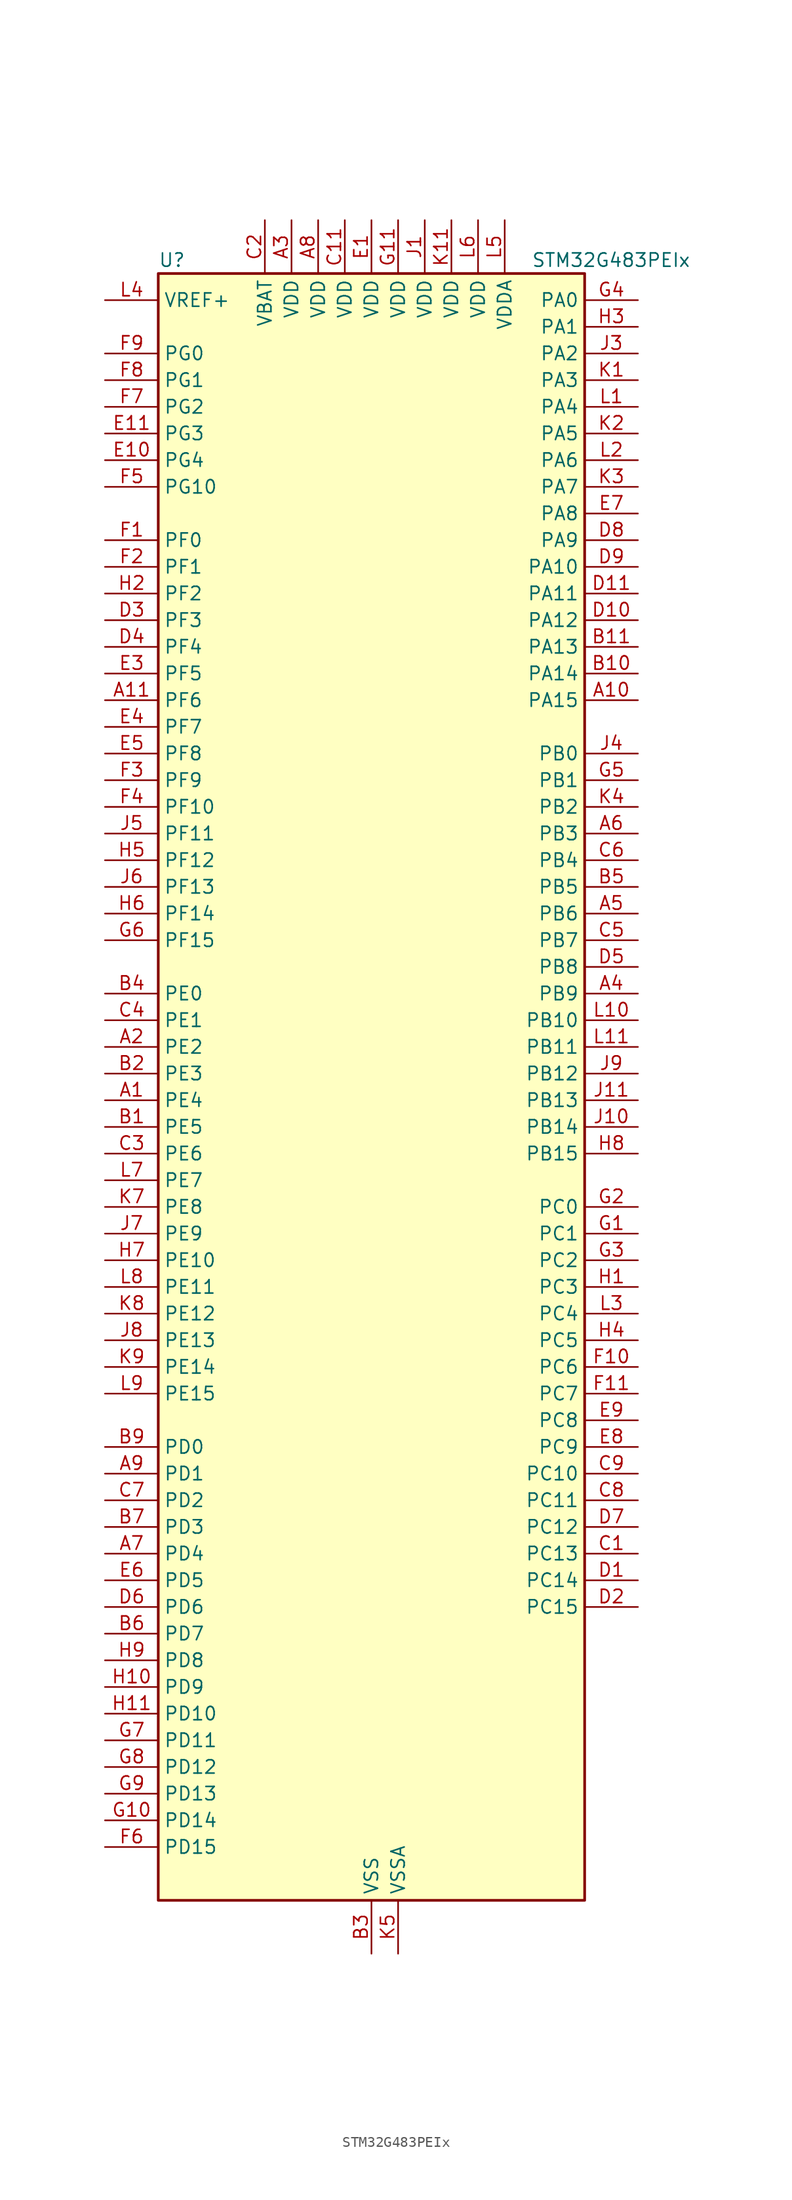
<source format=kicad_sym>
(kicad_symbol_lib
  (version 20220914)
  (generator kicad_symbol_editor)
  (symbol "STM32G483PEIx"
    (property "Reference" "U"
      (at -20.32 80.01 0)
      (effects (font (size 1.27 1.27)) (justify left)))
    (property "Value" "STM32G483PEIx"
      (at 15.24 80.01 0)
      (effects (font (size 1.27 1.27)) (justify left)))
    (property "ki_locked" ""
      (at 0 0 0)
      (effects (font (size 1.27 1.27))))
    (symbol "STM32G483PEIx_0_1"
      (rectangle (start -20.32 -76.2) (end 20.32 78.74) (stroke (width 0.254) (type default)) (fill (type background))))
    (symbol "STM32G483PEIx_1_1"
      (pin bidirectional line (at -25.4 0 0) (length 5.08) (name "PE4" (effects (font (size 1.27 1.27)))) (number "A1" (effects (font (size 1.27 1.27)))) (alternate "FMC_A20" bidirectional line) (alternate "SAI1_D2" bidirectional line) (alternate "SAI1_FS_A" bidirectional line) (alternate "SPI4_NSS" bidirectional line) (alternate "SYS_TRACED1" bidirectional line) (alternate "TIM20_CH1N" bidirectional line) (alternate "TIM3_CH3" bidirectional line))
      (pin bidirectional line (at 25.4 38.1 180) (length 5.08) (name "PA15" (effects (font (size 1.27 1.27)))) (number "A10" (effects (font (size 1.27 1.27)))) (alternate "ADC1_EXTI15" bidirectional line) (alternate "ADC2_EXTI15" bidirectional line) (alternate "FDCAN3_TX" bidirectional line) (alternate "I2C1_SCL" bidirectional line) (alternate "I2S3_WS" bidirectional line) (alternate "SPI1_NSS" bidirectional line) (alternate "SPI3_NSS" bidirectional line) (alternate "SYS_JTDI" bidirectional line) (alternate "TIM1_BKIN" bidirectional line) (alternate "TIM2_CH1" bidirectional line) (alternate "TIM2_ETR" bidirectional line) (alternate "TIM8_CH1" bidirectional line) (alternate "UART4_DE" bidirectional line) (alternate "UART4_RTS" bidirectional line) (alternate "USART2_RX" bidirectional line))
      (pin bidirectional line (at -25.4 38.1 0) (length 5.08) (name "PF6" (effects (font (size 1.27 1.27)))) (number "A11" (effects (font (size 1.27 1.27)))) (alternate "I2C2_SCL" bidirectional line) (alternate "QUADSPI1_BK1_IO3" bidirectional line) (alternate "SAI1_SD_B" bidirectional line) (alternate "TIM4_CH4" bidirectional line) (alternate "TIM5_CH1" bidirectional line) (alternate "TIM5_ETR" bidirectional line) (alternate "USART3_RTS" bidirectional line))
      (pin bidirectional line (at -25.4 5.08 0) (length 5.08) (name "PE2" (effects (font (size 1.27 1.27)))) (number "A2" (effects (font (size 1.27 1.27)))) (alternate "ADC3_EXTI2" bidirectional line) (alternate "ADC4_EXTI2" bidirectional line) (alternate "ADC5_EXTI2" bidirectional line) (alternate "FMC_A23" bidirectional line) (alternate "SAI1_CK1" bidirectional line) (alternate "SAI1_MCLK_A" bidirectional line) (alternate "SPI4_SCK" bidirectional line) (alternate "SYS_TRACECLK" bidirectional line) (alternate "TIM20_CH1" bidirectional line) (alternate "TIM3_CH1" bidirectional line))
      (pin power_in line (at -7.62 83.82 270) (length 5.08) (name "VDD" (effects (font (size 1.27 1.27)))) (number "A3" (effects (font (size 1.27 1.27)))))
      (pin bidirectional line (at 25.4 10.16 180) (length 5.08) (name "PB9" (effects (font (size 1.27 1.27)))) (number "A4" (effects (font (size 1.27 1.27)))) (alternate "COMP2_OUT" bidirectional line) (alternate "DAC1_EXTI9" bidirectional line) (alternate "DAC2_EXTI9" bidirectional line) (alternate "DAC3_EXTI9" bidirectional line) (alternate "DAC4_EXTI9" bidirectional line) (alternate "FDCAN1_TX" bidirectional line) (alternate "I2C1_SDA" bidirectional line) (alternate "IR_OUT" bidirectional line) (alternate "SAI1_D2" bidirectional line) (alternate "SAI1_FS_A" bidirectional line) (alternate "TIM17_CH1" bidirectional line) (alternate "TIM1_CH3N" bidirectional line) (alternate "TIM4_CH4" bidirectional line) (alternate "TIM8_CH3" bidirectional line) (alternate "USART3_TX" bidirectional line))
      (pin bidirectional line (at 25.4 17.78 180) (length 5.08) (name "PB6" (effects (font (size 1.27 1.27)))) (number "A5" (effects (font (size 1.27 1.27)))) (alternate "COMP4_OUT" bidirectional line) (alternate "FDCAN2_TX" bidirectional line) (alternate "LPTIM1_ETR" bidirectional line) (alternate "SAI1_FS_B" bidirectional line) (alternate "TIM16_CH1N" bidirectional line) (alternate "TIM4_CH1" bidirectional line) (alternate "TIM8_BKIN2" bidirectional line) (alternate "TIM8_CH1" bidirectional line) (alternate "TIM8_ETR" bidirectional line) (alternate "UCPD1_CC1" bidirectional line) (alternate "USART1_TX" bidirectional line))
      (pin bidirectional line (at 25.4 25.4 180) (length 5.08) (name "PB3" (effects (font (size 1.27 1.27)))) (number "A6" (effects (font (size 1.27 1.27)))) (alternate "ADC3_EXTI3" bidirectional line) (alternate "ADC4_EXTI3" bidirectional line) (alternate "ADC5_EXTI3" bidirectional line) (alternate "CRS_SYNC" bidirectional line) (alternate "FDCAN3_RX" bidirectional line) (alternate "I2S3_CK" bidirectional line) (alternate "SAI1_SCK_B" bidirectional line) (alternate "SPI1_SCK" bidirectional line) (alternate "SPI3_SCK" bidirectional line) (alternate "SYS_JTDO-SWO" bidirectional line) (alternate "TIM2_CH2" bidirectional line) (alternate "TIM3_ETR" bidirectional line) (alternate "TIM4_ETR" bidirectional line) (alternate "TIM8_CH1N" bidirectional line) (alternate "USART2_TX" bidirectional line))
      (pin bidirectional line (at -25.4 -43.18 0) (length 5.08) (name "PD4" (effects (font (size 1.27 1.27)))) (number "A7" (effects (font (size 1.27 1.27)))) (alternate "FMC_NOE" bidirectional line) (alternate "QUADSPI1_BK2_IO0" bidirectional line) (alternate "TIM2_CH2" bidirectional line) (alternate "USART2_DE" bidirectional line) (alternate "USART2_RTS" bidirectional line))
      (pin power_in line (at -5.08 83.82 270) (length 5.08) (name "VDD" (effects (font (size 1.27 1.27)))) (number "A8" (effects (font (size 1.27 1.27)))))
      (pin bidirectional line (at -25.4 -35.56 0) (length 5.08) (name "PD1" (effects (font (size 1.27 1.27)))) (number "A9" (effects (font (size 1.27 1.27)))) (alternate "FDCAN1_TX" bidirectional line) (alternate "FMC_D3" bidirectional line) (alternate "FMC_DA3" bidirectional line) (alternate "TIM8_BKIN2" bidirectional line) (alternate "TIM8_CH4" bidirectional line))
      (pin bidirectional line (at -25.4 -2.54 0) (length 5.08) (name "PE5" (effects (font (size 1.27 1.27)))) (number "B1" (effects (font (size 1.27 1.27)))) (alternate "FMC_A21" bidirectional line) (alternate "SAI1_CK2" bidirectional line) (alternate "SAI1_SCK_A" bidirectional line) (alternate "SPI4_MISO" bidirectional line) (alternate "SYS_TRACED2" bidirectional line) (alternate "TIM20_CH2N" bidirectional line) (alternate "TIM3_CH4" bidirectional line))
      (pin bidirectional line (at 25.4 40.64 180) (length 5.08) (name "PA14" (effects (font (size 1.27 1.27)))) (number "B10" (effects (font (size 1.27 1.27)))) (alternate "I2C1_SDA" bidirectional line) (alternate "I2C4_SMBA" bidirectional line) (alternate "LPTIM1_OUT" bidirectional line) (alternate "SAI1_FS_B" bidirectional line) (alternate "SYS_JTCK-SWCLK" bidirectional line) (alternate "TIM1_BKIN" bidirectional line) (alternate "TIM8_CH2" bidirectional line) (alternate "USART2_TX" bidirectional line))
      (pin bidirectional line (at 25.4 43.18 180) (length 5.08) (name "PA13" (effects (font (size 1.27 1.27)))) (number "B11" (effects (font (size 1.27 1.27)))) (alternate "I2C1_SCL" bidirectional line) (alternate "I2C4_SCL" bidirectional line) (alternate "IR_OUT" bidirectional line) (alternate "SAI1_SD_B" bidirectional line) (alternate "SYS_JTMS-SWDIO" bidirectional line) (alternate "TIM16_CH1N" bidirectional line) (alternate "TIM4_CH3" bidirectional line) (alternate "USART3_CTS" bidirectional line) (alternate "USART3_NSS" bidirectional line))
      (pin bidirectional line (at -25.4 2.54 0) (length 5.08) (name "PE3" (effects (font (size 1.27 1.27)))) (number "B2" (effects (font (size 1.27 1.27)))) (alternate "ADC3_EXTI3" bidirectional line) (alternate "ADC4_EXTI3" bidirectional line) (alternate "ADC5_EXTI3" bidirectional line) (alternate "FMC_A19" bidirectional line) (alternate "SAI1_SD_B" bidirectional line) (alternate "SPI4_NSS" bidirectional line) (alternate "SYS_TRACED0" bidirectional line) (alternate "TIM20_CH2" bidirectional line) (alternate "TIM3_CH2" bidirectional line))
      (pin power_in line (at 0 -81.28 90) (length 5.08) (name "VSS" (effects (font (size 1.27 1.27)))) (number "B3" (effects (font (size 1.27 1.27)))))
      (pin bidirectional line (at -25.4 10.16 0) (length 5.08) (name "PE0" (effects (font (size 1.27 1.27)))) (number "B4" (effects (font (size 1.27 1.27)))) (alternate "FMC_NBL0" bidirectional line) (alternate "TIM16_CH1" bidirectional line) (alternate "TIM20_CH4N" bidirectional line) (alternate "TIM20_ETR" bidirectional line) (alternate "TIM4_ETR" bidirectional line) (alternate "USART1_TX" bidirectional line))
      (pin bidirectional line (at 25.4 20.32 180) (length 5.08) (name "PB5" (effects (font (size 1.27 1.27)))) (number "B5" (effects (font (size 1.27 1.27)))) (alternate "FDCAN2_RX" bidirectional line) (alternate "I2C1_SMBA" bidirectional line) (alternate "I2C3_SDA" bidirectional line) (alternate "I2S3_SD" bidirectional line) (alternate "LPTIM1_IN1" bidirectional line) (alternate "SAI1_SD_B" bidirectional line) (alternate "SPI1_MOSI" bidirectional line) (alternate "SPI3_MOSI" bidirectional line) (alternate "TIM16_BKIN" bidirectional line) (alternate "TIM17_CH1" bidirectional line) (alternate "TIM3_CH2" bidirectional line) (alternate "TIM8_CH3N" bidirectional line) (alternate "UART5_CTS" bidirectional line) (alternate "USART2_CK" bidirectional line))
      (pin bidirectional line (at -25.4 -50.8 0) (length 5.08) (name "PD7" (effects (font (size 1.27 1.27)))) (number "B6" (effects (font (size 1.27 1.27)))) (alternate "FMC_NCE" bidirectional line) (alternate "FMC_NE1" bidirectional line) (alternate "QUADSPI1_BK2_IO3" bidirectional line) (alternate "TIM2_CH3" bidirectional line) (alternate "USART2_CK" bidirectional line))
      (pin bidirectional line (at -25.4 -40.64 0) (length 5.08) (name "PD3" (effects (font (size 1.27 1.27)))) (number "B7" (effects (font (size 1.27 1.27)))) (alternate "ADC3_EXTI3" bidirectional line) (alternate "ADC4_EXTI3" bidirectional line) (alternate "ADC5_EXTI3" bidirectional line) (alternate "FMC_CLK" bidirectional line) (alternate "QUADSPI1_BK2_NCS" bidirectional line) (alternate "TIM2_CH1" bidirectional line) (alternate "TIM2_ETR" bidirectional line) (alternate "USART2_CTS" bidirectional line) (alternate "USART2_NSS" bidirectional line))
      (pin passive line (at 0 -81.28 90) (length 5.08) hide (name "VSS" (effects (font (size 1.27 1.27)))) (number "B8" (effects (font (size 1.27 1.27)))))
      (pin bidirectional line (at -25.4 -33.02 0) (length 5.08) (name "PD0" (effects (font (size 1.27 1.27)))) (number "B9" (effects (font (size 1.27 1.27)))) (alternate "FDCAN1_RX" bidirectional line) (alternate "FMC_D2" bidirectional line) (alternate "FMC_DA2" bidirectional line) (alternate "TIM8_CH4N" bidirectional line))
      (pin bidirectional line (at 25.4 -43.18 180) (length 5.08) (name "PC13" (effects (font (size 1.27 1.27)))) (number "C1" (effects (font (size 1.27 1.27)))) (alternate "RTC_OUT1" bidirectional line) (alternate "RTC_TAMP1" bidirectional line) (alternate "RTC_TS" bidirectional line) (alternate "SYS_WKUP2" bidirectional line) (alternate "TIM1_BKIN" bidirectional line) (alternate "TIM1_CH1N" bidirectional line) (alternate "TIM8_CH4N" bidirectional line))
      (pin passive line (at 0 -81.28 90) (length 5.08) hide (name "VSS" (effects (font (size 1.27 1.27)))) (number "C10" (effects (font (size 1.27 1.27)))))
      (pin power_in line (at -2.54 83.82 270) (length 5.08) (name "VDD" (effects (font (size 1.27 1.27)))) (number "C11" (effects (font (size 1.27 1.27)))))
      (pin power_in line (at -10.16 83.82 270) (length 5.08) (name "VBAT" (effects (font (size 1.27 1.27)))) (number "C2" (effects (font (size 1.27 1.27)))))
      (pin bidirectional line (at -25.4 -5.08 0) (length 5.08) (name "PE6" (effects (font (size 1.27 1.27)))) (number "C3" (effects (font (size 1.27 1.27)))) (alternate "FMC_A22" bidirectional line) (alternate "RTC_TAMP3" bidirectional line) (alternate "SAI1_D1" bidirectional line) (alternate "SAI1_SD_A" bidirectional line) (alternate "SPI4_MOSI" bidirectional line) (alternate "SYS_TRACED3" bidirectional line) (alternate "SYS_WKUP3" bidirectional line) (alternate "TIM20_CH3N" bidirectional line))
      (pin bidirectional line (at -25.4 7.62 0) (length 5.08) (name "PE1" (effects (font (size 1.27 1.27)))) (number "C4" (effects (font (size 1.27 1.27)))) (alternate "FMC_NBL1" bidirectional line) (alternate "TIM17_CH1" bidirectional line) (alternate "TIM20_CH4" bidirectional line) (alternate "USART1_RX" bidirectional line))
      (pin bidirectional line (at 25.4 15.24 180) (length 5.08) (name "PB7" (effects (font (size 1.27 1.27)))) (number "C5" (effects (font (size 1.27 1.27)))) (alternate "COMP3_OUT" bidirectional line) (alternate "FMC_NL" bidirectional line) (alternate "I2C1_SDA" bidirectional line) (alternate "I2C4_SDA" bidirectional line) (alternate "LPTIM1_IN2" bidirectional line) (alternate "SYS_PVD_IN" bidirectional line) (alternate "TIM17_CH1N" bidirectional line) (alternate "TIM3_CH4" bidirectional line) (alternate "TIM4_CH2" bidirectional line) (alternate "TIM8_BKIN" bidirectional line) (alternate "UART4_CTS" bidirectional line) (alternate "USART1_RX" bidirectional line))
      (pin bidirectional line (at 25.4 22.86 180) (length 5.08) (name "PB4" (effects (font (size 1.27 1.27)))) (number "C6" (effects (font (size 1.27 1.27)))) (alternate "FDCAN3_TX" bidirectional line) (alternate "SAI1_MCLK_B" bidirectional line) (alternate "SPI1_MISO" bidirectional line) (alternate "SPI3_MISO" bidirectional line) (alternate "SYS_JTRST" bidirectional line) (alternate "TIM16_CH1" bidirectional line) (alternate "TIM17_BKIN" bidirectional line) (alternate "TIM3_CH1" bidirectional line) (alternate "TIM8_CH2N" bidirectional line) (alternate "UART5_DE" bidirectional line) (alternate "UART5_RTS" bidirectional line) (alternate "UCPD1_CC2" bidirectional line) (alternate "USART2_RX" bidirectional line))
      (pin bidirectional line (at -25.4 -38.1 0) (length 5.08) (name "PD2" (effects (font (size 1.27 1.27)))) (number "C7" (effects (font (size 1.27 1.27)))) (alternate "ADC3_EXTI2" bidirectional line) (alternate "ADC4_EXTI2" bidirectional line) (alternate "ADC5_EXTI2" bidirectional line) (alternate "TIM3_ETR" bidirectional line) (alternate "TIM8_BKIN" bidirectional line) (alternate "UART5_RX" bidirectional line))
      (pin bidirectional line (at 25.4 -38.1 180) (length 5.08) (name "PC11" (effects (font (size 1.27 1.27)))) (number "C8" (effects (font (size 1.27 1.27)))) (alternate "ADC1_EXTI11" bidirectional line) (alternate "ADC2_EXTI11" bidirectional line) (alternate "I2C3_SDA" bidirectional line) (alternate "SPI3_MISO" bidirectional line) (alternate "TIM8_CH2N" bidirectional line) (alternate "UART4_RX" bidirectional line) (alternate "USART3_RX" bidirectional line))
      (pin bidirectional line (at 25.4 -35.56 180) (length 5.08) (name "PC10" (effects (font (size 1.27 1.27)))) (number "C9" (effects (font (size 1.27 1.27)))) (alternate "DAC1_EXTI10" bidirectional line) (alternate "DAC2_EXTI10" bidirectional line) (alternate "DAC3_EXTI10" bidirectional line) (alternate "DAC4_EXTI10" bidirectional line) (alternate "I2S3_CK" bidirectional line) (alternate "SPI3_SCK" bidirectional line) (alternate "TIM8_CH1N" bidirectional line) (alternate "UART4_TX" bidirectional line) (alternate "USART3_TX" bidirectional line))
      (pin bidirectional line (at 25.4 -45.72 180) (length 5.08) (name "PC14" (effects (font (size 1.27 1.27)))) (number "D1" (effects (font (size 1.27 1.27)))) (alternate "RCC_OSC32_IN" bidirectional line))
      (pin bidirectional line (at 25.4 45.72 180) (length 5.08) (name "PA12" (effects (font (size 1.27 1.27)))) (number "D10" (effects (font (size 1.27 1.27)))) (alternate "COMP2_OUT" bidirectional line) (alternate "FDCAN1_TX" bidirectional line) (alternate "I2S_CKIN" bidirectional line) (alternate "TIM16_CH1" bidirectional line) (alternate "TIM1_CH2N" bidirectional line) (alternate "TIM1_ETR" bidirectional line) (alternate "TIM4_CH2" bidirectional line) (alternate "USART1_DE" bidirectional line) (alternate "USART1_RTS" bidirectional line) (alternate "USB_DP" bidirectional line))
      (pin bidirectional line (at 25.4 48.26 180) (length 5.08) (name "PA11" (effects (font (size 1.27 1.27)))) (number "D11" (effects (font (size 1.27 1.27)))) (alternate "ADC1_EXTI11" bidirectional line) (alternate "ADC2_EXTI11" bidirectional line) (alternate "COMP1_OUT" bidirectional line) (alternate "FDCAN1_RX" bidirectional line) (alternate "I2S2_SD" bidirectional line) (alternate "SPI2_MOSI" bidirectional line) (alternate "TIM1_BKIN2" bidirectional line) (alternate "TIM1_CH1N" bidirectional line) (alternate "TIM1_CH4" bidirectional line) (alternate "TIM4_CH1" bidirectional line) (alternate "USART1_CTS" bidirectional line) (alternate "USART1_NSS" bidirectional line) (alternate "USB_DM" bidirectional line))
      (pin bidirectional line (at 25.4 -48.26 180) (length 5.08) (name "PC15" (effects (font (size 1.27 1.27)))) (number "D2" (effects (font (size 1.27 1.27)))) (alternate "ADC1_EXTI15" bidirectional line) (alternate "ADC2_EXTI15" bidirectional line) (alternate "RCC_OSC32_OUT" bidirectional line))
      (pin bidirectional line (at -25.4 45.72 0) (length 5.08) (name "PF3" (effects (font (size 1.27 1.27)))) (number "D3" (effects (font (size 1.27 1.27)))) (alternate "ADC3_EXTI3" bidirectional line) (alternate "ADC4_EXTI3" bidirectional line) (alternate "ADC5_EXTI3" bidirectional line) (alternate "FMC_A3" bidirectional line) (alternate "I2C3_SCL" bidirectional line) (alternate "TIM20_CH4" bidirectional line))
      (pin bidirectional line (at -25.4 43.18 0) (length 5.08) (name "PF4" (effects (font (size 1.27 1.27)))) (number "D4" (effects (font (size 1.27 1.27)))) (alternate "COMP1_OUT" bidirectional line) (alternate "FMC_A4" bidirectional line) (alternate "I2C3_SDA" bidirectional line) (alternate "TIM20_CH1N" bidirectional line))
      (pin bidirectional line (at 25.4 12.7 180) (length 5.08) (name "PB8" (effects (font (size 1.27 1.27)))) (number "D5" (effects (font (size 1.27 1.27)))) (alternate "COMP1_OUT" bidirectional line) (alternate "FDCAN1_RX" bidirectional line) (alternate "I2C1_SCL" bidirectional line) (alternate "SAI1_CK1" bidirectional line) (alternate "SAI1_MCLK_A" bidirectional line) (alternate "TIM16_CH1" bidirectional line) (alternate "TIM1_BKIN" bidirectional line) (alternate "TIM4_CH3" bidirectional line) (alternate "TIM8_CH2" bidirectional line) (alternate "USART3_RX" bidirectional line))
      (pin bidirectional line (at -25.4 -48.26 0) (length 5.08) (name "PD6" (effects (font (size 1.27 1.27)))) (number "D6" (effects (font (size 1.27 1.27)))) (alternate "FMC_NWAIT" bidirectional line) (alternate "QUADSPI1_BK2_IO2" bidirectional line) (alternate "SAI1_D1" bidirectional line) (alternate "SAI1_SD_A" bidirectional line) (alternate "TIM2_CH4" bidirectional line) (alternate "USART2_RX" bidirectional line))
      (pin bidirectional line (at 25.4 -40.64 180) (length 5.08) (name "PC12" (effects (font (size 1.27 1.27)))) (number "D7" (effects (font (size 1.27 1.27)))) (alternate "I2S3_SD" bidirectional line) (alternate "SPI3_MOSI" bidirectional line) (alternate "TIM5_CH2" bidirectional line) (alternate "TIM8_CH3N" bidirectional line) (alternate "UART5_TX" bidirectional line) (alternate "UCPD1_FRSTX1" bidirectional line) (alternate "UCPD1_FRSTX2" bidirectional line) (alternate "USART3_CK" bidirectional line))
      (pin bidirectional line (at 25.4 53.34 180) (length 5.08) (name "PA9" (effects (font (size 1.27 1.27)))) (number "D8" (effects (font (size 1.27 1.27)))) (alternate "ADC5_IN2" bidirectional line) (alternate "COMP5_OUT" bidirectional line) (alternate "DAC1_EXTI9" bidirectional line) (alternate "DAC2_EXTI9" bidirectional line) (alternate "DAC3_EXTI9" bidirectional line) (alternate "DAC4_EXTI9" bidirectional line) (alternate "I2C2_SCL" bidirectional line) (alternate "I2C3_SMBA" bidirectional line) (alternate "I2S3_MCK" bidirectional line) (alternate "SAI1_FS_A" bidirectional line) (alternate "TIM15_BKIN" bidirectional line) (alternate "TIM1_CH2" bidirectional line) (alternate "TIM2_CH3" bidirectional line) (alternate "UCPD1_DBCC1" bidirectional line) (alternate "USART1_TX" bidirectional line))
      (pin bidirectional line (at 25.4 50.8 180) (length 5.08) (name "PA10" (effects (font (size 1.27 1.27)))) (number "D9" (effects (font (size 1.27 1.27)))) (alternate "COMP6_OUT" bidirectional line) (alternate "CRS_SYNC" bidirectional line) (alternate "DAC1_EXTI10" bidirectional line) (alternate "DAC2_EXTI10" bidirectional line) (alternate "DAC3_EXTI10" bidirectional line) (alternate "DAC4_EXTI10" bidirectional line) (alternate "I2C2_SMBA" bidirectional line) (alternate "SAI1_D1" bidirectional line) (alternate "SAI1_SD_A" bidirectional line) (alternate "SPI2_MISO" bidirectional line) (alternate "TIM17_BKIN" bidirectional line) (alternate "TIM1_CH3" bidirectional line) (alternate "TIM2_CH4" bidirectional line) (alternate "TIM8_BKIN" bidirectional line) (alternate "UCPD1_DBCC2" bidirectional line) (alternate "USART1_RX" bidirectional line))
      (pin power_in line (at 0 83.82 270) (length 5.08) (name "VDD" (effects (font (size 1.27 1.27)))) (number "E1" (effects (font (size 1.27 1.27)))))
      (pin bidirectional line (at -25.4 60.96 0) (length 5.08) (name "PG4" (effects (font (size 1.27 1.27)))) (number "E10" (effects (font (size 1.27 1.27)))) (alternate "FMC_A14" bidirectional line) (alternate "I2C4_SDA" bidirectional line) (alternate "SPI1_MOSI" bidirectional line) (alternate "TIM20_BKIN2" bidirectional line))
      (pin bidirectional line (at -25.4 63.5 0) (length 5.08) (name "PG3" (effects (font (size 1.27 1.27)))) (number "E11" (effects (font (size 1.27 1.27)))) (alternate "ADC3_EXTI3" bidirectional line) (alternate "ADC4_EXTI3" bidirectional line) (alternate "ADC5_EXTI3" bidirectional line) (alternate "FMC_A13" bidirectional line) (alternate "I2C4_SCL" bidirectional line) (alternate "SPI1_MISO" bidirectional line) (alternate "TIM20_BKIN" bidirectional line) (alternate "TIM20_CH4N" bidirectional line))
      (pin passive line (at 0 -81.28 90) (length 5.08) hide (name "VSS" (effects (font (size 1.27 1.27)))) (number "E2" (effects (font (size 1.27 1.27)))))
      (pin bidirectional line (at -25.4 40.64 0) (length 5.08) (name "PF5" (effects (font (size 1.27 1.27)))) (number "E3" (effects (font (size 1.27 1.27)))) (alternate "FMC_A5" bidirectional line) (alternate "TIM20_CH2N" bidirectional line))
      (pin bidirectional line (at -25.4 35.56 0) (length 5.08) (name "PF7" (effects (font (size 1.27 1.27)))) (number "E4" (effects (font (size 1.27 1.27)))) (alternate "FMC_A1" bidirectional line) (alternate "QUADSPI1_BK1_IO2" bidirectional line) (alternate "SAI1_MCLK_B" bidirectional line) (alternate "TIM20_BKIN" bidirectional line) (alternate "TIM5_CH2" bidirectional line))
      (pin bidirectional line (at -25.4 33.02 0) (length 5.08) (name "PF8" (effects (font (size 1.27 1.27)))) (number "E5" (effects (font (size 1.27 1.27)))) (alternate "FMC_A24" bidirectional line) (alternate "QUADSPI1_BK1_IO0" bidirectional line) (alternate "SAI1_SCK_B" bidirectional line) (alternate "TIM20_BKIN2" bidirectional line) (alternate "TIM5_CH3" bidirectional line))
      (pin bidirectional line (at -25.4 -45.72 0) (length 5.08) (name "PD5" (effects (font (size 1.27 1.27)))) (number "E6" (effects (font (size 1.27 1.27)))) (alternate "FMC_NWE" bidirectional line) (alternate "QUADSPI1_BK2_IO1" bidirectional line) (alternate "USART2_TX" bidirectional line))
      (pin bidirectional line (at 25.4 55.88 180) (length 5.08) (name "PA8" (effects (font (size 1.27 1.27)))) (number "E7" (effects (font (size 1.27 1.27)))) (alternate "ADC5_IN1" bidirectional line) (alternate "COMP7_OUT" bidirectional line) (alternate "FDCAN3_RX" bidirectional line) (alternate "I2C2_SDA" bidirectional line) (alternate "I2C3_SCL" bidirectional line) (alternate "I2S2_MCK" bidirectional line) (alternate "OPAMP5_VOUT" bidirectional line) (alternate "RCC_MCO" bidirectional line) (alternate "SAI1_CK2" bidirectional line) (alternate "SAI1_SCK_A" bidirectional line) (alternate "TIM1_CH1" bidirectional line) (alternate "TIM4_ETR" bidirectional line) (alternate "USART1_CK" bidirectional line))
      (pin bidirectional line (at 25.4 -33.02 180) (length 5.08) (name "PC9" (effects (font (size 1.27 1.27)))) (number "E8" (effects (font (size 1.27 1.27)))) (alternate "DAC1_EXTI9" bidirectional line) (alternate "DAC2_EXTI9" bidirectional line) (alternate "DAC3_EXTI9" bidirectional line) (alternate "DAC4_EXTI9" bidirectional line) (alternate "I2C3_SDA" bidirectional line) (alternate "I2S_CKIN" bidirectional line) (alternate "TIM3_CH4" bidirectional line) (alternate "TIM8_BKIN2" bidirectional line) (alternate "TIM8_CH4" bidirectional line))
      (pin bidirectional line (at 25.4 -30.48 180) (length 5.08) (name "PC8" (effects (font (size 1.27 1.27)))) (number "E9" (effects (font (size 1.27 1.27)))) (alternate "COMP7_OUT" bidirectional line) (alternate "I2C3_SCL" bidirectional line) (alternate "TIM20_CH3" bidirectional line) (alternate "TIM3_CH3" bidirectional line) (alternate "TIM8_CH3" bidirectional line))
      (pin bidirectional line (at -25.4 53.34 0) (length 5.08) (name "PF0" (effects (font (size 1.27 1.27)))) (number "F1" (effects (font (size 1.27 1.27)))) (alternate "ADC1_IN10" bidirectional line) (alternate "I2C2_SDA" bidirectional line) (alternate "I2S2_WS" bidirectional line) (alternate "RCC_OSC_IN" bidirectional line) (alternate "SPI2_NSS" bidirectional line) (alternate "TIM1_CH3N" bidirectional line))
      (pin bidirectional line (at 25.4 -25.4 180) (length 5.08) (name "PC6" (effects (font (size 1.27 1.27)))) (number "F10" (effects (font (size 1.27 1.27)))) (alternate "COMP6_OUT" bidirectional line) (alternate "I2C4_SCL" bidirectional line) (alternate "I2S2_MCK" bidirectional line) (alternate "TIM3_CH1" bidirectional line) (alternate "TIM8_CH1" bidirectional line))
      (pin bidirectional line (at 25.4 -27.94 180) (length 5.08) (name "PC7" (effects (font (size 1.27 1.27)))) (number "F11" (effects (font (size 1.27 1.27)))) (alternate "COMP5_OUT" bidirectional line) (alternate "I2C4_SDA" bidirectional line) (alternate "I2S3_MCK" bidirectional line) (alternate "TIM3_CH2" bidirectional line) (alternate "TIM8_CH2" bidirectional line))
      (pin bidirectional line (at -25.4 50.8 0) (length 5.08) (name "PF1" (effects (font (size 1.27 1.27)))) (number "F2" (effects (font (size 1.27 1.27)))) (alternate "ADC2_IN10" bidirectional line) (alternate "COMP3_INM" bidirectional line) (alternate "I2S2_CK" bidirectional line) (alternate "RCC_OSC_OUT" bidirectional line) (alternate "SPI2_SCK" bidirectional line))
      (pin bidirectional line (at -25.4 30.48 0) (length 5.08) (name "PF9" (effects (font (size 1.27 1.27)))) (number "F3" (effects (font (size 1.27 1.27)))) (alternate "DAC1_EXTI9" bidirectional line) (alternate "DAC2_EXTI9" bidirectional line) (alternate "DAC3_EXTI9" bidirectional line) (alternate "DAC4_EXTI9" bidirectional line) (alternate "FMC_A25" bidirectional line) (alternate "QUADSPI1_BK1_IO1" bidirectional line) (alternate "SAI1_FS_B" bidirectional line) (alternate "SPI2_SCK" bidirectional line) (alternate "TIM15_CH1" bidirectional line) (alternate "TIM20_BKIN" bidirectional line) (alternate "TIM5_CH4" bidirectional line))
      (pin bidirectional line (at -25.4 27.94 0) (length 5.08) (name "PF10" (effects (font (size 1.27 1.27)))) (number "F4" (effects (font (size 1.27 1.27)))) (alternate "DAC1_EXTI10" bidirectional line) (alternate "DAC2_EXTI10" bidirectional line) (alternate "DAC3_EXTI10" bidirectional line) (alternate "DAC4_EXTI10" bidirectional line) (alternate "FMC_A0" bidirectional line) (alternate "QUADSPI1_CLK" bidirectional line) (alternate "SAI1_D3" bidirectional line) (alternate "SPI2_SCK" bidirectional line) (alternate "TIM15_CH2" bidirectional line) (alternate "TIM20_BKIN2" bidirectional line))
      (pin bidirectional line (at -25.4 58.42 0) (length 5.08) (name "PG10" (effects (font (size 1.27 1.27)))) (number "F5" (effects (font (size 1.27 1.27)))) (alternate "DAC1_EXTI10" bidirectional line) (alternate "DAC2_EXTI10" bidirectional line) (alternate "DAC3_EXTI10" bidirectional line) (alternate "DAC4_EXTI10" bidirectional line) (alternate "RCC_MCO" bidirectional line))
      (pin bidirectional line (at -25.4 -71.12 0) (length 5.08) (name "PD15" (effects (font (size 1.27 1.27)))) (number "F6" (effects (font (size 1.27 1.27)))) (alternate "ADC1_EXTI15" bidirectional line) (alternate "ADC2_EXTI15" bidirectional line) (alternate "COMP7_INM" bidirectional line) (alternate "FMC_D1" bidirectional line) (alternate "FMC_DA1" bidirectional line) (alternate "SPI2_NSS" bidirectional line) (alternate "TIM4_CH4" bidirectional line))
      (pin bidirectional line (at -25.4 66.04 0) (length 5.08) (name "PG2" (effects (font (size 1.27 1.27)))) (number "F7" (effects (font (size 1.27 1.27)))) (alternate "ADC3_EXTI2" bidirectional line) (alternate "ADC4_EXTI2" bidirectional line) (alternate "ADC5_EXTI2" bidirectional line) (alternate "FMC_A12" bidirectional line) (alternate "SPI1_SCK" bidirectional line) (alternate "TIM20_CH3N" bidirectional line))
      (pin bidirectional line (at -25.4 68.58 0) (length 5.08) (name "PG1" (effects (font (size 1.27 1.27)))) (number "F8" (effects (font (size 1.27 1.27)))) (alternate "FMC_A11" bidirectional line) (alternate "TIM20_CH2N" bidirectional line))
      (pin bidirectional line (at -25.4 71.12 0) (length 5.08) (name "PG0" (effects (font (size 1.27 1.27)))) (number "F9" (effects (font (size 1.27 1.27)))) (alternate "FMC_A10" bidirectional line) (alternate "TIM20_CH1N" bidirectional line))
      (pin bidirectional line (at 25.4 -12.7 180) (length 5.08) (name "PC1" (effects (font (size 1.27 1.27)))) (number "G1" (effects (font (size 1.27 1.27)))) (alternate "ADC1_IN7" bidirectional line) (alternate "ADC2_IN7" bidirectional line) (alternate "COMP3_INP" bidirectional line) (alternate "LPTIM1_OUT" bidirectional line) (alternate "LPUART1_TX" bidirectional line) (alternate "QUADSPI1_BK2_IO0" bidirectional line) (alternate "SAI1_SD_A" bidirectional line) (alternate "TIM1_CH2" bidirectional line))
      (pin bidirectional line (at -25.4 -68.58 0) (length 5.08) (name "PD14" (effects (font (size 1.27 1.27)))) (number "G10" (effects (font (size 1.27 1.27)))) (alternate "ADC3_IN11" bidirectional line) (alternate "ADC4_IN11" bidirectional line) (alternate "ADC5_IN11" bidirectional line) (alternate "COMP7_INP" bidirectional line) (alternate "FMC_D0" bidirectional line) (alternate "FMC_DA0" bidirectional line) (alternate "OPAMP2_VINP" bidirectional line) (alternate "OPAMP2_VINP_SEC" bidirectional line) (alternate "TIM4_CH3" bidirectional line))
      (pin power_in line (at 2.54 83.82 270) (length 5.08) (name "VDD" (effects (font (size 1.27 1.27)))) (number "G11" (effects (font (size 1.27 1.27)))))
      (pin bidirectional line (at 25.4 -10.16 180) (length 5.08) (name "PC0" (effects (font (size 1.27 1.27)))) (number "G2" (effects (font (size 1.27 1.27)))) (alternate "ADC1_IN6" bidirectional line) (alternate "ADC2_IN6" bidirectional line) (alternate "COMP3_INM" bidirectional line) (alternate "LPTIM1_IN1" bidirectional line) (alternate "LPUART1_RX" bidirectional line) (alternate "TIM1_CH1" bidirectional line))
      (pin bidirectional line (at 25.4 -15.24 180) (length 5.08) (name "PC2" (effects (font (size 1.27 1.27)))) (number "G3" (effects (font (size 1.27 1.27)))) (alternate "ADC1_IN8" bidirectional line) (alternate "ADC2_IN8" bidirectional line) (alternate "ADC3_EXTI2" bidirectional line) (alternate "ADC4_EXTI2" bidirectional line) (alternate "ADC5_EXTI2" bidirectional line) (alternate "COMP3_OUT" bidirectional line) (alternate "LPTIM1_IN2" bidirectional line) (alternate "QUADSPI1_BK2_IO1" bidirectional line) (alternate "TIM1_CH3" bidirectional line) (alternate "TIM20_CH2" bidirectional line))
      (pin bidirectional line (at 25.4 76.2 180) (length 5.08) (name "PA0" (effects (font (size 1.27 1.27)))) (number "G4" (effects (font (size 1.27 1.27)))) (alternate "ADC1_IN1" bidirectional line) (alternate "ADC2_IN1" bidirectional line) (alternate "COMP1_INM" bidirectional line) (alternate "COMP1_OUT" bidirectional line) (alternate "COMP3_INP" bidirectional line) (alternate "RTC_TAMP2" bidirectional line) (alternate "SYS_WKUP1" bidirectional line) (alternate "TIM2_CH1" bidirectional line) (alternate "TIM2_ETR" bidirectional line) (alternate "TIM5_CH1" bidirectional line) (alternate "TIM8_BKIN" bidirectional line) (alternate "TIM8_ETR" bidirectional line) (alternate "USART2_CTS" bidirectional line) (alternate "USART2_NSS" bidirectional line))
      (pin bidirectional line (at 25.4 30.48 180) (length 5.08) (name "PB1" (effects (font (size 1.27 1.27)))) (number "G5" (effects (font (size 1.27 1.27)))) (alternate "ADC1_IN12" bidirectional line) (alternate "ADC3_IN1" bidirectional line) (alternate "COMP1_INP" bidirectional line) (alternate "COMP4_OUT" bidirectional line) (alternate "LPUART1_DE" bidirectional line) (alternate "LPUART1_RTS" bidirectional line) (alternate "OPAMP3_VOUT" bidirectional line) (alternate "OPAMP6_VINM" bidirectional line) (alternate "OPAMP6_VINM1" bidirectional line) (alternate "OPAMP6_VINM_SEC" bidirectional line) (alternate "QUADSPI1_BK1_IO0" bidirectional line) (alternate "TIM1_CH3N" bidirectional line) (alternate "TIM3_CH4" bidirectional line) (alternate "TIM8_CH3N" bidirectional line))
      (pin bidirectional line (at -25.4 15.24 0) (length 5.08) (name "PF15" (effects (font (size 1.27 1.27)))) (number "G6" (effects (font (size 1.27 1.27)))) (alternate "ADC1_EXTI15" bidirectional line) (alternate "ADC2_EXTI15" bidirectional line) (alternate "FMC_A9" bidirectional line) (alternate "I2C4_SDA" bidirectional line) (alternate "TIM20_CH4" bidirectional line))
      (pin bidirectional line (at -25.4 -60.96 0) (length 5.08) (name "PD11" (effects (font (size 1.27 1.27)))) (number "G7" (effects (font (size 1.27 1.27)))) (alternate "ADC1_EXTI11" bidirectional line) (alternate "ADC2_EXTI11" bidirectional line) (alternate "ADC3_IN8" bidirectional line) (alternate "ADC4_IN8" bidirectional line) (alternate "ADC5_IN8" bidirectional line) (alternate "COMP6_INP" bidirectional line) (alternate "FMC_A16" bidirectional line) (alternate "FMC_CLE" bidirectional line) (alternate "I2C4_SMBA" bidirectional line) (alternate "OPAMP4_VINP" bidirectional line) (alternate "OPAMP4_VINP_SEC" bidirectional line) (alternate "TIM5_ETR" bidirectional line) (alternate "USART3_CTS" bidirectional line) (alternate "USART3_NSS" bidirectional line))
      (pin bidirectional line (at -25.4 -63.5 0) (length 5.08) (name "PD12" (effects (font (size 1.27 1.27)))) (number "G8" (effects (font (size 1.27 1.27)))) (alternate "ADC3_IN9" bidirectional line) (alternate "ADC4_IN9" bidirectional line) (alternate "ADC5_IN9" bidirectional line) (alternate "COMP5_INP" bidirectional line) (alternate "FMC_A17" bidirectional line) (alternate "FMC_ALE" bidirectional line) (alternate "OPAMP5_VINP" bidirectional line) (alternate "OPAMP5_VINP_SEC" bidirectional line) (alternate "TIM4_CH1" bidirectional line) (alternate "USART3_DE" bidirectional line) (alternate "USART3_RTS" bidirectional line))
      (pin bidirectional line (at -25.4 -66.04 0) (length 5.08) (name "PD13" (effects (font (size 1.27 1.27)))) (number "G9" (effects (font (size 1.27 1.27)))) (alternate "ADC3_IN10" bidirectional line) (alternate "ADC4_IN10" bidirectional line) (alternate "ADC5_IN10" bidirectional line) (alternate "COMP5_INM" bidirectional line) (alternate "FMC_A18" bidirectional line) (alternate "TIM4_CH2" bidirectional line))
      (pin bidirectional line (at 25.4 -17.78 180) (length 5.08) (name "PC3" (effects (font (size 1.27 1.27)))) (number "H1" (effects (font (size 1.27 1.27)))) (alternate "ADC1_IN9" bidirectional line) (alternate "ADC2_IN9" bidirectional line) (alternate "ADC3_EXTI3" bidirectional line) (alternate "ADC4_EXTI3" bidirectional line) (alternate "ADC5_EXTI3" bidirectional line) (alternate "LPTIM1_ETR" bidirectional line) (alternate "OPAMP5_VINP" bidirectional line) (alternate "OPAMP5_VINP_SEC" bidirectional line) (alternate "QUADSPI1_BK2_IO2" bidirectional line) (alternate "SAI1_D1" bidirectional line) (alternate "SAI1_SD_A" bidirectional line) (alternate "TIM1_BKIN2" bidirectional line) (alternate "TIM1_CH4" bidirectional line))
      (pin bidirectional line (at -25.4 -55.88 0) (length 5.08) (name "PD9" (effects (font (size 1.27 1.27)))) (number "H10" (effects (font (size 1.27 1.27)))) (alternate "ADC4_IN13" bidirectional line) (alternate "ADC5_IN13" bidirectional line) (alternate "DAC1_EXTI9" bidirectional line) (alternate "DAC2_EXTI9" bidirectional line) (alternate "DAC3_EXTI9" bidirectional line) (alternate "DAC4_EXTI9" bidirectional line) (alternate "FMC_D14" bidirectional line) (alternate "FMC_DA14" bidirectional line) (alternate "OPAMP6_VINP" bidirectional line) (alternate "OPAMP6_VINP_SEC" bidirectional line) (alternate "USART3_RX" bidirectional line))
      (pin bidirectional line (at -25.4 -58.42 0) (length 5.08) (name "PD10" (effects (font (size 1.27 1.27)))) (number "H11" (effects (font (size 1.27 1.27)))) (alternate "ADC3_IN7" bidirectional line) (alternate "ADC4_IN7" bidirectional line) (alternate "ADC5_IN7" bidirectional line) (alternate "COMP6_INM" bidirectional line) (alternate "DAC1_EXTI10" bidirectional line) (alternate "DAC2_EXTI10" bidirectional line) (alternate "DAC3_EXTI10" bidirectional line) (alternate "DAC4_EXTI10" bidirectional line) (alternate "FMC_D15" bidirectional line) (alternate "FMC_DA15" bidirectional line) (alternate "USART3_CK" bidirectional line))
      (pin bidirectional line (at -25.4 48.26 0) (length 5.08) (name "PF2" (effects (font (size 1.27 1.27)))) (number "H2" (effects (font (size 1.27 1.27)))) (alternate "ADC3_EXTI2" bidirectional line) (alternate "ADC4_EXTI2" bidirectional line) (alternate "ADC5_EXTI2" bidirectional line) (alternate "FMC_A2" bidirectional line) (alternate "I2C2_SMBA" bidirectional line) (alternate "TIM20_CH3" bidirectional line))
      (pin bidirectional line (at 25.4 73.66 180) (length 5.08) (name "PA1" (effects (font (size 1.27 1.27)))) (number "H3" (effects (font (size 1.27 1.27)))) (alternate "ADC1_IN2" bidirectional line) (alternate "ADC2_IN2" bidirectional line) (alternate "COMP1_INP" bidirectional line) (alternate "OPAMP1_VINP" bidirectional line) (alternate "OPAMP1_VINP_SEC" bidirectional line) (alternate "OPAMP3_VINP" bidirectional line) (alternate "OPAMP3_VINP_SEC" bidirectional line) (alternate "OPAMP6_VINM" bidirectional line) (alternate "OPAMP6_VINM0" bidirectional line) (alternate "OPAMP6_VINM_SEC" bidirectional line) (alternate "RTC_REFIN" bidirectional line) (alternate "TIM15_CH1N" bidirectional line) (alternate "TIM2_CH2" bidirectional line) (alternate "TIM5_CH2" bidirectional line) (alternate "USART2_DE" bidirectional line) (alternate "USART2_RTS" bidirectional line))
      (pin bidirectional line (at 25.4 -22.86 180) (length 5.08) (name "PC5" (effects (font (size 1.27 1.27)))) (number "H4" (effects (font (size 1.27 1.27)))) (alternate "ADC2_IN11" bidirectional line) (alternate "OPAMP1_VINM" bidirectional line) (alternate "OPAMP1_VINM1" bidirectional line) (alternate "OPAMP1_VINM_SEC" bidirectional line) (alternate "OPAMP2_VINM" bidirectional line) (alternate "OPAMP2_VINM1" bidirectional line) (alternate "OPAMP2_VINM_SEC" bidirectional line) (alternate "SAI1_D3" bidirectional line) (alternate "SYS_WKUP5" bidirectional line) (alternate "TIM15_BKIN" bidirectional line) (alternate "TIM1_CH4N" bidirectional line) (alternate "USART1_RX" bidirectional line))
      (pin bidirectional line (at -25.4 22.86 0) (length 5.08) (name "PF12" (effects (font (size 1.27 1.27)))) (number "H5" (effects (font (size 1.27 1.27)))) (alternate "FMC_A6" bidirectional line) (alternate "TIM20_CH1" bidirectional line))
      (pin bidirectional line (at -25.4 17.78 0) (length 5.08) (name "PF14" (effects (font (size 1.27 1.27)))) (number "H6" (effects (font (size 1.27 1.27)))) (alternate "FMC_A8" bidirectional line) (alternate "I2C4_SCL" bidirectional line) (alternate "TIM20_CH3" bidirectional line))
      (pin bidirectional line (at -25.4 -15.24 0) (length 5.08) (name "PE10" (effects (font (size 1.27 1.27)))) (number "H7" (effects (font (size 1.27 1.27)))) (alternate "ADC3_IN14" bidirectional line) (alternate "ADC4_IN14" bidirectional line) (alternate "ADC5_IN14" bidirectional line) (alternate "DAC1_EXTI10" bidirectional line) (alternate "DAC2_EXTI10" bidirectional line) (alternate "DAC3_EXTI10" bidirectional line) (alternate "DAC4_EXTI10" bidirectional line) (alternate "FMC_D7" bidirectional line) (alternate "FMC_DA7" bidirectional line) (alternate "QUADSPI1_CLK" bidirectional line) (alternate "SAI1_MCLK_B" bidirectional line) (alternate "TIM1_CH2N" bidirectional line))
      (pin bidirectional line (at 25.4 -5.08 180) (length 5.08) (name "PB15" (effects (font (size 1.27 1.27)))) (number "H8" (effects (font (size 1.27 1.27)))) (alternate "ADC1_EXTI15" bidirectional line) (alternate "ADC2_EXTI15" bidirectional line) (alternate "ADC2_IN15" bidirectional line) (alternate "ADC4_IN5" bidirectional line) (alternate "COMP3_OUT" bidirectional line) (alternate "COMP6_INM" bidirectional line) (alternate "I2S2_SD" bidirectional line) (alternate "OPAMP5_VINM" bidirectional line) (alternate "OPAMP5_VINM0" bidirectional line) (alternate "OPAMP5_VINM_SEC" bidirectional line) (alternate "RTC_REFIN" bidirectional line) (alternate "SPI2_MOSI" bidirectional line) (alternate "TIM15_CH1N" bidirectional line) (alternate "TIM15_CH2" bidirectional line) (alternate "TIM1_CH3N" bidirectional line))
      (pin bidirectional line (at -25.4 -53.34 0) (length 5.08) (name "PD8" (effects (font (size 1.27 1.27)))) (number "H9" (effects (font (size 1.27 1.27)))) (alternate "ADC4_IN12" bidirectional line) (alternate "ADC5_IN12" bidirectional line) (alternate "FMC_D13" bidirectional line) (alternate "FMC_DA13" bidirectional line) (alternate "OPAMP4_VINM" bidirectional line) (alternate "OPAMP4_VINM1" bidirectional line) (alternate "OPAMP4_VINM_SEC" bidirectional line) (alternate "USART3_TX" bidirectional line))
      (pin power_in line (at 5.08 83.82 270) (length 5.08) (name "VDD" (effects (font (size 1.27 1.27)))) (number "J1" (effects (font (size 1.27 1.27)))))
      (pin bidirectional line (at 25.4 -2.54 180) (length 5.08) (name "PB14" (effects (font (size 1.27 1.27)))) (number "J10" (effects (font (size 1.27 1.27)))) (alternate "ADC1_IN5" bidirectional line) (alternate "ADC4_IN4" bidirectional line) (alternate "COMP4_OUT" bidirectional line) (alternate "COMP7_INP" bidirectional line) (alternate "OPAMP2_VINP" bidirectional line) (alternate "OPAMP2_VINP_SEC" bidirectional line) (alternate "OPAMP5_VINP" bidirectional line) (alternate "OPAMP5_VINP_SEC" bidirectional line) (alternate "SPI2_MISO" bidirectional line) (alternate "TIM15_CH1" bidirectional line) (alternate "TIM1_CH2N" bidirectional line) (alternate "USART3_DE" bidirectional line) (alternate "USART3_RTS" bidirectional line))
      (pin bidirectional line (at 25.4 0 180) (length 5.08) (name "PB13" (effects (font (size 1.27 1.27)))) (number "J11" (effects (font (size 1.27 1.27)))) (alternate "ADC3_IN5" bidirectional line) (alternate "COMP5_INP" bidirectional line) (alternate "FDCAN2_TX" bidirectional line) (alternate "I2S2_CK" bidirectional line) (alternate "LPUART1_CTS" bidirectional line) (alternate "OPAMP3_VINP" bidirectional line) (alternate "OPAMP3_VINP_SEC" bidirectional line) (alternate "OPAMP4_VINP" bidirectional line) (alternate "OPAMP4_VINP_SEC" bidirectional line) (alternate "OPAMP6_VINP" bidirectional line) (alternate "OPAMP6_VINP_SEC" bidirectional line) (alternate "SPI2_SCK" bidirectional line) (alternate "TIM1_CH1N" bidirectional line) (alternate "USART3_CTS" bidirectional line) (alternate "USART3_NSS" bidirectional line))
      (pin passive line (at 0 -81.28 90) (length 5.08) hide (name "VSS" (effects (font (size 1.27 1.27)))) (number "J2" (effects (font (size 1.27 1.27)))))
      (pin bidirectional line (at 25.4 71.12 180) (length 5.08) (name "PA2" (effects (font (size 1.27 1.27)))) (number "J3" (effects (font (size 1.27 1.27)))) (alternate "ADC1_IN3" bidirectional line) (alternate "ADC3_EXTI2" bidirectional line) (alternate "ADC4_EXTI2" bidirectional line) (alternate "ADC5_EXTI2" bidirectional line) (alternate "COMP2_INM" bidirectional line) (alternate "COMP2_OUT" bidirectional line) (alternate "LPUART1_TX" bidirectional line) (alternate "OPAMP1_VOUT" bidirectional line) (alternate "QUADSPI1_BK1_NCS" bidirectional line) (alternate "RCC_LSCO" bidirectional line) (alternate "SYS_WKUP4" bidirectional line) (alternate "TIM15_CH1" bidirectional line) (alternate "TIM2_CH3" bidirectional line) (alternate "TIM5_CH3" bidirectional line) (alternate "UCPD1_FRSTX1" bidirectional line) (alternate "UCPD1_FRSTX2" bidirectional line) (alternate "USART2_TX" bidirectional line))
      (pin bidirectional line (at 25.4 33.02 180) (length 5.08) (name "PB0" (effects (font (size 1.27 1.27)))) (number "J4" (effects (font (size 1.27 1.27)))) (alternate "ADC1_IN15" bidirectional line) (alternate "ADC3_IN12" bidirectional line) (alternate "COMP4_INP" bidirectional line) (alternate "OPAMP2_VINP" bidirectional line) (alternate "OPAMP2_VINP_SEC" bidirectional line) (alternate "OPAMP3_VINP" bidirectional line) (alternate "OPAMP3_VINP_SEC" bidirectional line) (alternate "QUADSPI1_BK1_IO1" bidirectional line) (alternate "TIM1_CH2N" bidirectional line) (alternate "TIM3_CH3" bidirectional line) (alternate "TIM8_CH2N" bidirectional line) (alternate "UCPD1_FRSTX1" bidirectional line) (alternate "UCPD1_FRSTX2" bidirectional line))
      (pin bidirectional line (at -25.4 25.4 0) (length 5.08) (name "PF11" (effects (font (size 1.27 1.27)))) (number "J5" (effects (font (size 1.27 1.27)))) (alternate "ADC1_EXTI11" bidirectional line) (alternate "ADC2_EXTI11" bidirectional line) (alternate "FMC_NE4" bidirectional line) (alternate "TIM20_ETR" bidirectional line))
      (pin bidirectional line (at -25.4 20.32 0) (length 5.08) (name "PF13" (effects (font (size 1.27 1.27)))) (number "J6" (effects (font (size 1.27 1.27)))) (alternate "FMC_A7" bidirectional line) (alternate "I2C4_SMBA" bidirectional line) (alternate "TIM20_CH2" bidirectional line))
      (pin bidirectional line (at -25.4 -12.7 0) (length 5.08) (name "PE9" (effects (font (size 1.27 1.27)))) (number "J7" (effects (font (size 1.27 1.27)))) (alternate "ADC3_IN2" bidirectional line) (alternate "DAC1_EXTI9" bidirectional line) (alternate "DAC2_EXTI9" bidirectional line) (alternate "DAC3_EXTI9" bidirectional line) (alternate "DAC4_EXTI9" bidirectional line) (alternate "FMC_D6" bidirectional line) (alternate "FMC_DA6" bidirectional line) (alternate "SAI1_FS_B" bidirectional line) (alternate "TIM1_CH1" bidirectional line) (alternate "TIM5_CH4" bidirectional line))
      (pin bidirectional line (at -25.4 -22.86 0) (length 5.08) (name "PE13" (effects (font (size 1.27 1.27)))) (number "J8" (effects (font (size 1.27 1.27)))) (alternate "ADC3_IN3" bidirectional line) (alternate "FMC_D10" bidirectional line) (alternate "FMC_DA10" bidirectional line) (alternate "QUADSPI1_BK1_IO1" bidirectional line) (alternate "SPI4_MISO" bidirectional line) (alternate "TIM1_CH3" bidirectional line))
      (pin bidirectional line (at 25.4 2.54 180) (length 5.08) (name "PB12" (effects (font (size 1.27 1.27)))) (number "J9" (effects (font (size 1.27 1.27)))) (alternate "ADC1_IN11" bidirectional line) (alternate "ADC4_IN3" bidirectional line) (alternate "COMP7_INM" bidirectional line) (alternate "FDCAN2_RX" bidirectional line) (alternate "I2C2_SMBA" bidirectional line) (alternate "I2S2_WS" bidirectional line) (alternate "LPUART1_DE" bidirectional line) (alternate "LPUART1_RTS" bidirectional line) (alternate "OPAMP4_VOUT" bidirectional line) (alternate "OPAMP6_VINP" bidirectional line) (alternate "OPAMP6_VINP_SEC" bidirectional line) (alternate "SPI2_NSS" bidirectional line) (alternate "TIM1_BKIN" bidirectional line) (alternate "TIM5_ETR" bidirectional line) (alternate "USART3_CK" bidirectional line))
      (pin bidirectional line (at 25.4 68.58 180) (length 5.08) (name "PA3" (effects (font (size 1.27 1.27)))) (number "K1" (effects (font (size 1.27 1.27)))) (alternate "ADC1_IN4" bidirectional line) (alternate "ADC3_EXTI3" bidirectional line) (alternate "ADC4_EXTI3" bidirectional line) (alternate "ADC5_EXTI3" bidirectional line) (alternate "COMP2_INP" bidirectional line) (alternate "LPUART1_RX" bidirectional line) (alternate "OPAMP1_VINM" bidirectional line) (alternate "OPAMP1_VINM0" bidirectional line) (alternate "OPAMP1_VINM_SEC" bidirectional line) (alternate "OPAMP1_VINP" bidirectional line) (alternate "OPAMP1_VINP_SEC" bidirectional line) (alternate "OPAMP5_VINM" bidirectional line) (alternate "OPAMP5_VINM1" bidirectional line) (alternate "OPAMP5_VINM_SEC" bidirectional line) (alternate "QUADSPI1_CLK" bidirectional line) (alternate "SAI1_CK1" bidirectional line) (alternate "SAI1_MCLK_A" bidirectional line) (alternate "TIM15_CH2" bidirectional line) (alternate "TIM2_CH4" bidirectional line) (alternate "TIM5_CH4" bidirectional line) (alternate "USART2_RX" bidirectional line))
      (pin passive line (at 0 -81.28 90) (length 5.08) hide (name "VSS" (effects (font (size 1.27 1.27)))) (number "K10" (effects (font (size 1.27 1.27)))))
      (pin power_in line (at 7.62 83.82 270) (length 5.08) (name "VDD" (effects (font (size 1.27 1.27)))) (number "K11" (effects (font (size 1.27 1.27)))))
      (pin bidirectional line (at 25.4 63.5 180) (length 5.08) (name "PA5" (effects (font (size 1.27 1.27)))) (number "K2" (effects (font (size 1.27 1.27)))) (alternate "ADC2_IN13" bidirectional line) (alternate "COMP2_INM" bidirectional line) (alternate "DAC1_OUT2" bidirectional line) (alternate "OPAMP2_VINM" bidirectional line) (alternate "OPAMP2_VINM0" bidirectional line) (alternate "OPAMP2_VINM_SEC" bidirectional line) (alternate "SPI1_SCK" bidirectional line) (alternate "TIM2_CH1" bidirectional line) (alternate "TIM2_ETR" bidirectional line) (alternate "UCPD1_FRSTX1" bidirectional line) (alternate "UCPD1_FRSTX2" bidirectional line))
      (pin bidirectional line (at 25.4 58.42 180) (length 5.08) (name "PA7" (effects (font (size 1.27 1.27)))) (number "K3" (effects (font (size 1.27 1.27)))) (alternate "ADC2_IN4" bidirectional line) (alternate "COMP2_INP" bidirectional line) (alternate "COMP2_OUT" bidirectional line) (alternate "OPAMP1_VINP" bidirectional line) (alternate "OPAMP1_VINP_SEC" bidirectional line) (alternate "OPAMP2_VINP" bidirectional line) (alternate "OPAMP2_VINP_SEC" bidirectional line) (alternate "QUADSPI1_BK1_IO2" bidirectional line) (alternate "SPI1_MOSI" bidirectional line) (alternate "TIM17_CH1" bidirectional line) (alternate "TIM1_CH1N" bidirectional line) (alternate "TIM3_CH2" bidirectional line) (alternate "TIM8_CH1N" bidirectional line) (alternate "UCPD1_FRSTX1" bidirectional line) (alternate "UCPD1_FRSTX2" bidirectional line))
      (pin bidirectional line (at 25.4 27.94 180) (length 5.08) (name "PB2" (effects (font (size 1.27 1.27)))) (number "K4" (effects (font (size 1.27 1.27)))) (alternate "ADC2_IN12" bidirectional line) (alternate "ADC3_EXTI2" bidirectional line) (alternate "ADC4_EXTI2" bidirectional line) (alternate "ADC5_EXTI2" bidirectional line) (alternate "COMP4_INM" bidirectional line) (alternate "I2C3_SMBA" bidirectional line) (alternate "LPTIM1_OUT" bidirectional line) (alternate "OPAMP3_VINM" bidirectional line) (alternate "OPAMP3_VINM0" bidirectional line) (alternate "OPAMP3_VINM_SEC" bidirectional line) (alternate "QUADSPI1_BK2_IO1" bidirectional line) (alternate "RTC_OUT2" bidirectional line) (alternate "TIM20_CH1" bidirectional line) (alternate "TIM5_CH1" bidirectional line))
      (pin power_in line (at 2.54 -81.28 90) (length 5.08) (name "VSSA" (effects (font (size 1.27 1.27)))) (number "K5" (effects (font (size 1.27 1.27)))))
      (pin passive line (at 0 -81.28 90) (length 5.08) hide (name "VSS" (effects (font (size 1.27 1.27)))) (number "K6" (effects (font (size 1.27 1.27)))))
      (pin bidirectional line (at -25.4 -10.16 0) (length 5.08) (name "PE8" (effects (font (size 1.27 1.27)))) (number "K7" (effects (font (size 1.27 1.27)))) (alternate "ADC3_IN6" bidirectional line) (alternate "ADC4_IN6" bidirectional line) (alternate "ADC5_IN6" bidirectional line) (alternate "COMP4_INM" bidirectional line) (alternate "FMC_D5" bidirectional line) (alternate "FMC_DA5" bidirectional line) (alternate "SAI1_SCK_B" bidirectional line) (alternate "TIM1_CH1N" bidirectional line) (alternate "TIM5_CH3" bidirectional line))
      (pin bidirectional line (at -25.4 -20.32 0) (length 5.08) (name "PE12" (effects (font (size 1.27 1.27)))) (number "K8" (effects (font (size 1.27 1.27)))) (alternate "ADC3_IN16" bidirectional line) (alternate "ADC4_IN16" bidirectional line) (alternate "ADC5_IN16" bidirectional line) (alternate "FMC_D9" bidirectional line) (alternate "FMC_DA9" bidirectional line) (alternate "QUADSPI1_BK1_IO0" bidirectional line) (alternate "SPI4_SCK" bidirectional line) (alternate "TIM1_CH3N" bidirectional line))
      (pin bidirectional line (at -25.4 -25.4 0) (length 5.08) (name "PE14" (effects (font (size 1.27 1.27)))) (number "K9" (effects (font (size 1.27 1.27)))) (alternate "ADC4_IN1" bidirectional line) (alternate "FMC_D11" bidirectional line) (alternate "FMC_DA11" bidirectional line) (alternate "QUADSPI1_BK1_IO2" bidirectional line) (alternate "SPI4_MOSI" bidirectional line) (alternate "TIM1_BKIN2" bidirectional line) (alternate "TIM1_CH4" bidirectional line))
      (pin bidirectional line (at 25.4 66.04 180) (length 5.08) (name "PA4" (effects (font (size 1.27 1.27)))) (number "L1" (effects (font (size 1.27 1.27)))) (alternate "ADC2_IN17" bidirectional line) (alternate "COMP1_INM" bidirectional line) (alternate "DAC1_OUT1" bidirectional line) (alternate "I2S3_WS" bidirectional line) (alternate "SAI1_FS_B" bidirectional line) (alternate "SPI1_NSS" bidirectional line) (alternate "SPI3_NSS" bidirectional line) (alternate "TIM3_CH2" bidirectional line) (alternate "USART2_CK" bidirectional line))
      (pin bidirectional line (at 25.4 7.62 180) (length 5.08) (name "PB10" (effects (font (size 1.27 1.27)))) (number "L10" (effects (font (size 1.27 1.27)))) (alternate "COMP5_INM" bidirectional line) (alternate "DAC1_EXTI10" bidirectional line) (alternate "DAC2_EXTI10" bidirectional line) (alternate "DAC3_EXTI10" bidirectional line) (alternate "DAC4_EXTI10" bidirectional line) (alternate "LPUART1_RX" bidirectional line) (alternate "OPAMP3_VINM" bidirectional line) (alternate "OPAMP3_VINM1" bidirectional line) (alternate "OPAMP3_VINM_SEC" bidirectional line) (alternate "OPAMP4_VINM" bidirectional line) (alternate "OPAMP4_VINM0" bidirectional line) (alternate "OPAMP4_VINM_SEC" bidirectional line) (alternate "QUADSPI1_CLK" bidirectional line) (alternate "SAI1_SCK_A" bidirectional line) (alternate "TIM1_BKIN" bidirectional line) (alternate "TIM2_CH3" bidirectional line) (alternate "USART3_TX" bidirectional line))
      (pin bidirectional line (at 25.4 5.08 180) (length 5.08) (name "PB11" (effects (font (size 1.27 1.27)))) (number "L11" (effects (font (size 1.27 1.27)))) (alternate "ADC1_EXTI11" bidirectional line) (alternate "ADC1_IN14" bidirectional line) (alternate "ADC2_EXTI11" bidirectional line) (alternate "ADC2_IN14" bidirectional line) (alternate "COMP6_INP" bidirectional line) (alternate "LPUART1_TX" bidirectional line) (alternate "OPAMP4_VINP" bidirectional line) (alternate "OPAMP4_VINP_SEC" bidirectional line) (alternate "OPAMP6_VOUT" bidirectional line) (alternate "QUADSPI1_BK1_NCS" bidirectional line) (alternate "TIM2_CH4" bidirectional line) (alternate "USART3_RX" bidirectional line))
      (pin bidirectional line (at 25.4 60.96 180) (length 5.08) (name "PA6" (effects (font (size 1.27 1.27)))) (number "L2" (effects (font (size 1.27 1.27)))) (alternate "ADC2_IN3" bidirectional line) (alternate "COMP1_OUT" bidirectional line) (alternate "DAC2_OUT1" bidirectional line) (alternate "LPUART1_CTS" bidirectional line) (alternate "OPAMP2_VOUT" bidirectional line) (alternate "QUADSPI1_BK1_IO3" bidirectional line) (alternate "SPI1_MISO" bidirectional line) (alternate "TIM16_CH1" bidirectional line) (alternate "TIM1_BKIN" bidirectional line) (alternate "TIM3_CH1" bidirectional line) (alternate "TIM8_BKIN" bidirectional line))
      (pin bidirectional line (at 25.4 -20.32 180) (length 5.08) (name "PC4" (effects (font (size 1.27 1.27)))) (number "L3" (effects (font (size 1.27 1.27)))) (alternate "ADC2_IN5" bidirectional line) (alternate "I2C2_SCL" bidirectional line) (alternate "QUADSPI1_BK2_IO3" bidirectional line) (alternate "TIM1_ETR" bidirectional line) (alternate "USART1_TX" bidirectional line))
      (pin input line (at -25.4 76.2 0) (length 5.08) (name "VREF+" (effects (font (size 1.27 1.27)))) (number "L4" (effects (font (size 1.27 1.27)))) (alternate "VREFBUF_OUT" bidirectional line))
      (pin power_in line (at 12.7 83.82 270) (length 5.08) (name "VDDA" (effects (font (size 1.27 1.27)))) (number "L5" (effects (font (size 1.27 1.27)))))
      (pin power_in line (at 10.16 83.82 270) (length 5.08) (name "VDD" (effects (font (size 1.27 1.27)))) (number "L6" (effects (font (size 1.27 1.27)))))
      (pin bidirectional line (at -25.4 -7.62 0) (length 5.08) (name "PE7" (effects (font (size 1.27 1.27)))) (number "L7" (effects (font (size 1.27 1.27)))) (alternate "ADC3_IN4" bidirectional line) (alternate "COMP4_INP" bidirectional line) (alternate "FMC_D4" bidirectional line) (alternate "FMC_DA4" bidirectional line) (alternate "SAI1_SD_B" bidirectional line) (alternate "TIM1_ETR" bidirectional line))
      (pin bidirectional line (at -25.4 -17.78 0) (length 5.08) (name "PE11" (effects (font (size 1.27 1.27)))) (number "L8" (effects (font (size 1.27 1.27)))) (alternate "ADC1_EXTI11" bidirectional line) (alternate "ADC2_EXTI11" bidirectional line) (alternate "ADC3_IN15" bidirectional line) (alternate "ADC4_IN15" bidirectional line) (alternate "ADC5_IN15" bidirectional line) (alternate "FMC_D8" bidirectional line) (alternate "FMC_DA8" bidirectional line) (alternate "QUADSPI1_BK1_NCS" bidirectional line) (alternate "SPI4_NSS" bidirectional line) (alternate "TIM1_CH2" bidirectional line))
      (pin bidirectional line (at -25.4 -27.94 0) (length 5.08) (name "PE15" (effects (font (size 1.27 1.27)))) (number "L9" (effects (font (size 1.27 1.27)))) (alternate "ADC1_EXTI15" bidirectional line) (alternate "ADC2_EXTI15" bidirectional line) (alternate "ADC4_IN2" bidirectional line) (alternate "FMC_D12" bidirectional line) (alternate "FMC_DA12" bidirectional line) (alternate "QUADSPI1_BK1_IO3" bidirectional line) (alternate "TIM1_BKIN" bidirectional line) (alternate "TIM1_CH4N" bidirectional line) (alternate "USART3_RX" bidirectional line)))))
</source>
